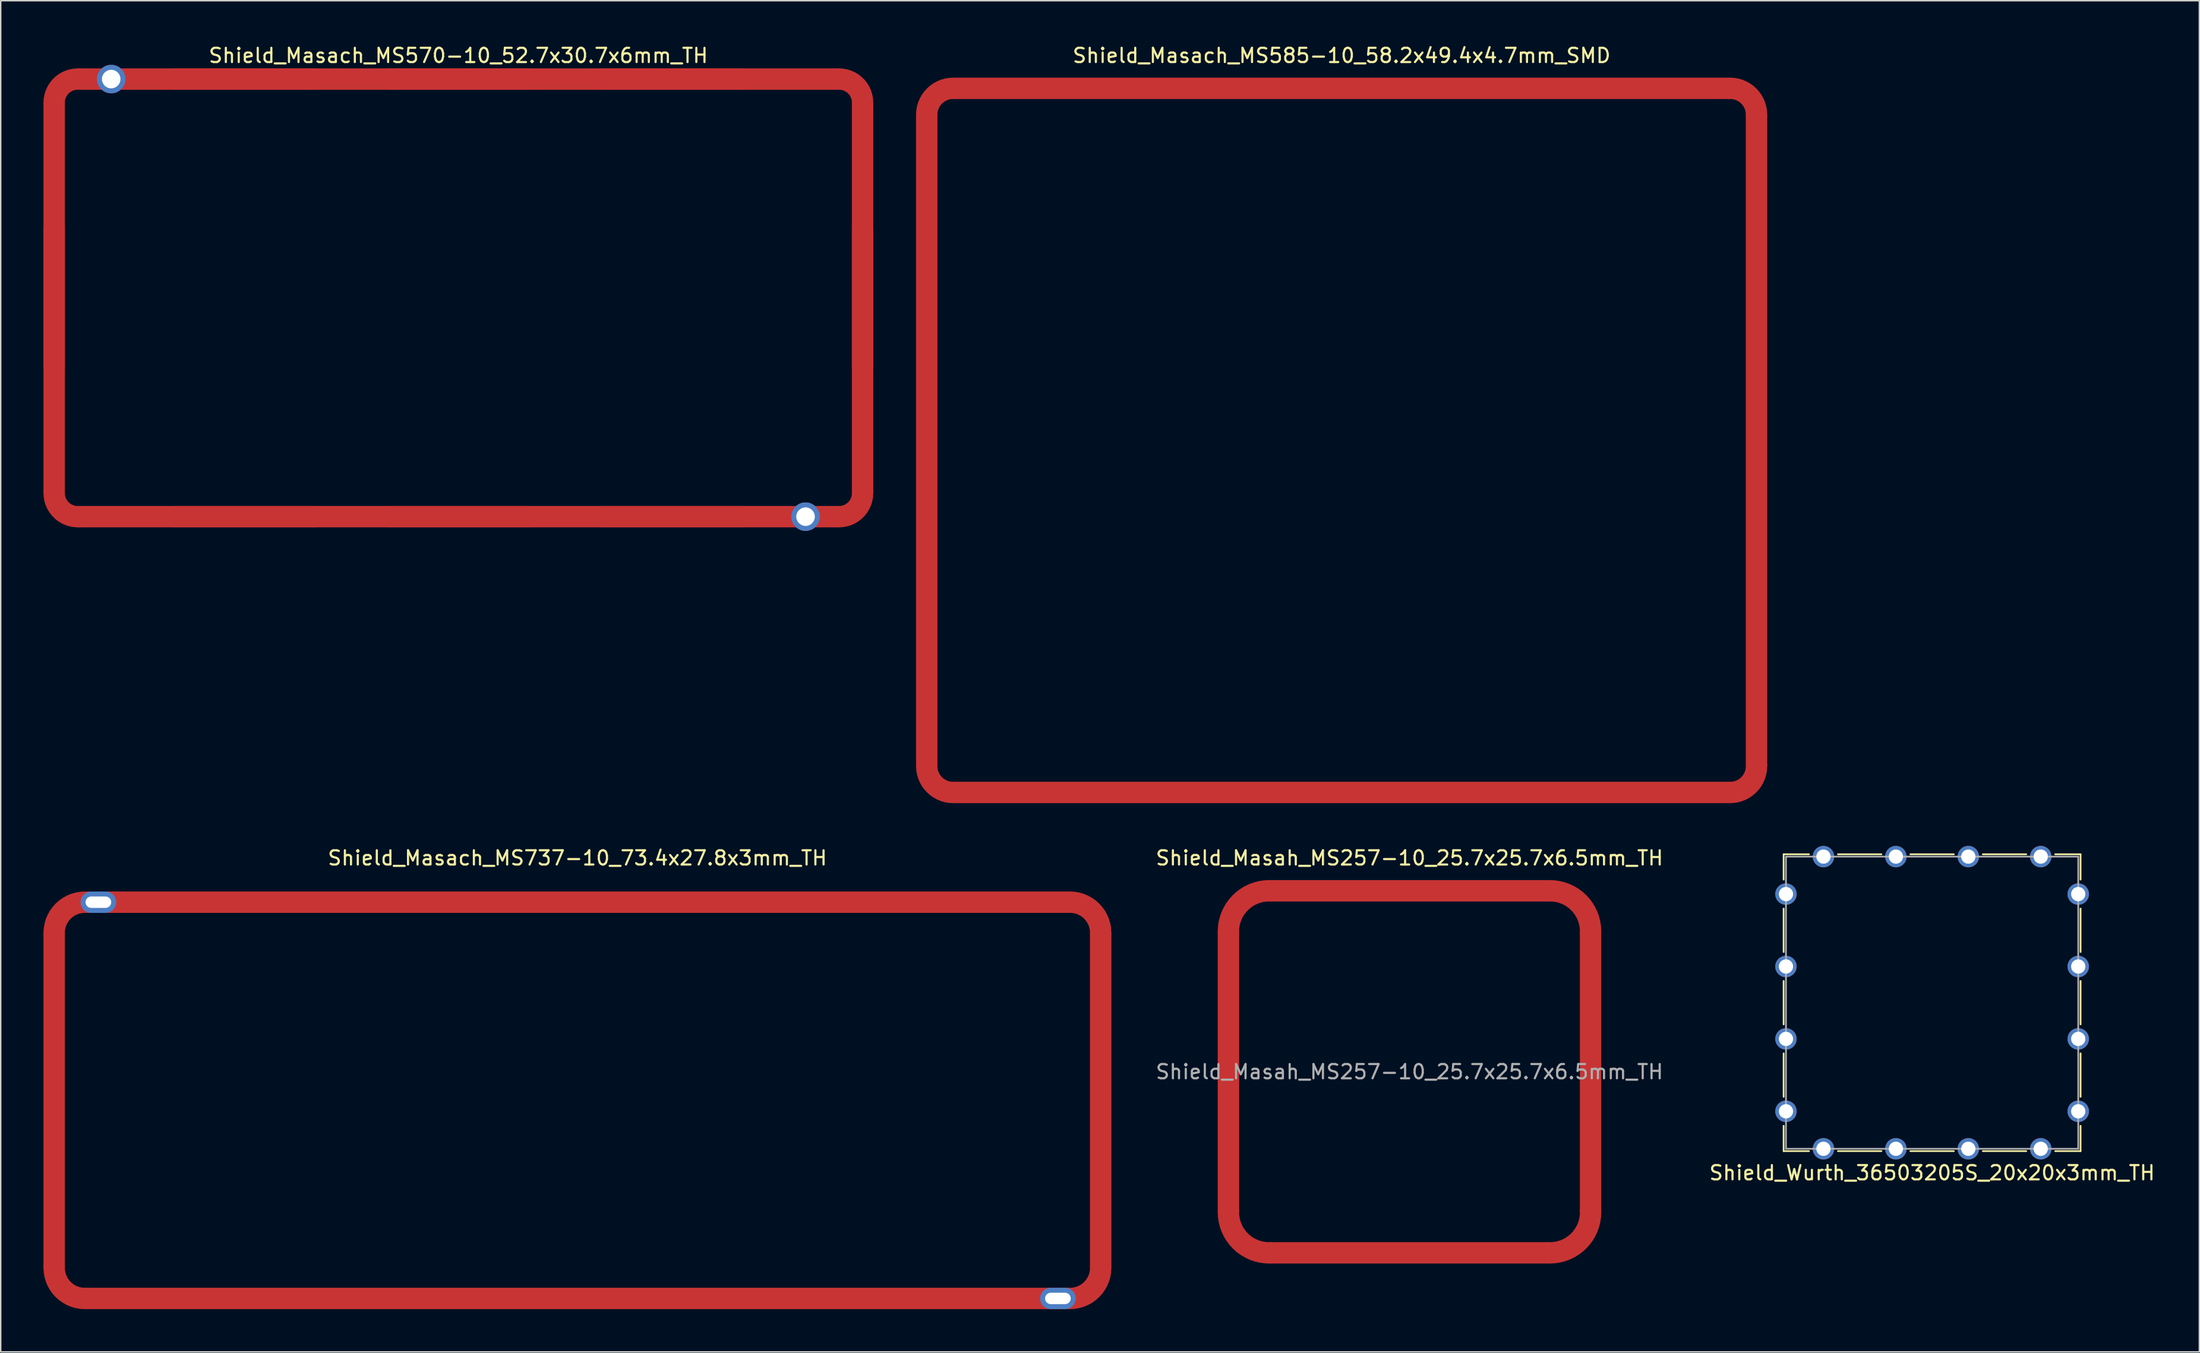
<source format=kicad_pcb>
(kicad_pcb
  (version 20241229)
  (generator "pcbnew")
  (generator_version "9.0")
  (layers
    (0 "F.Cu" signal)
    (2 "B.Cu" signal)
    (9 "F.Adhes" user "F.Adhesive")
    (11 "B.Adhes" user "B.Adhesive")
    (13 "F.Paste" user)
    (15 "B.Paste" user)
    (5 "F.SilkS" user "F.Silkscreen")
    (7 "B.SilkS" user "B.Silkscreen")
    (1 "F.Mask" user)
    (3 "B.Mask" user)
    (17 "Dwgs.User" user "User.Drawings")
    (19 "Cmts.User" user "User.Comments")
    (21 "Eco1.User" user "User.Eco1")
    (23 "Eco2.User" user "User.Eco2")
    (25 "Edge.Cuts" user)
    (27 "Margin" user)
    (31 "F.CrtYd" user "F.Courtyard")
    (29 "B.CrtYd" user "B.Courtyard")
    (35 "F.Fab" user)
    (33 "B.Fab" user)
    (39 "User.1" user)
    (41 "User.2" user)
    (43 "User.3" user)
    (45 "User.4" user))
  (footprint "Shield_Wurth_36503205S_20x20x3mm_TH"
    (layer "F.Cu")
    (at 132.465 67.298)
    (property "Reference" "Shield_Wurth_36503205S_20x20x3mm_TH" (at 0 11.938 0) (layer "F.SilkS") (effects (font (size 1 1) (thickness 0.15))))
    (attr through_hole)
    (fp_line (start -10.414 -10.414) (end -10.414 -8.636) (stroke (width 0.12) (type solid)) (layer "F.SilkS"))
    (fp_line (start -10.414 -6.604) (end -10.414 -3.556) (stroke (width 0.12) (type solid)) (layer "F.SilkS"))
    (fp_line (start -10.414 -1.524) (end -10.414 1.524) (stroke (width 0.12) (type solid)) (layer "F.SilkS"))
    (fp_line (start -10.414 3.556) (end -10.414 6.604) (stroke (width 0.12) (type solid)) (layer "F.SilkS"))
    (fp_line (start -10.414 8.636) (end -10.414 10.414) (stroke (width 0.12) (type solid)) (layer "F.SilkS"))
    (fp_line (start -10.414 10.414) (end -8.636 10.414) (stroke (width 0.12) (type solid)) (layer "F.SilkS"))
    (fp_line (start -8.636 -10.414) (end -10.414 -10.414) (stroke (width 0.12) (type solid)) (layer "F.SilkS"))
    (fp_line (start -6.604 10.414) (end -3.556 10.414) (stroke (width 0.12) (type solid)) (layer "F.SilkS"))
    (fp_line (start -3.556 -10.414) (end -6.604 -10.414) (stroke (width 0.12) (type solid)) (layer "F.SilkS"))
    (fp_line (start -1.524 10.414) (end 1.524 10.414) (stroke (width 0.12) (type solid)) (layer "F.SilkS"))
    (fp_line (start 1.524 -10.414) (end -1.524 -10.414) (stroke (width 0.12) (type solid)) (layer "F.SilkS"))
    (fp_line (start 3.556 10.414) (end 6.604 10.414) (stroke (width 0.12) (type solid)) (layer "F.SilkS"))
    (fp_line (start 6.604 -10.414) (end 3.556 -10.414) (stroke (width 0.12) (type solid)) (layer "F.SilkS"))
    (fp_line (start 8.636 10.414) (end 10.414 10.414) (stroke (width 0.12) (type solid)) (layer "F.SilkS"))
    (fp_line (start 10.414 -10.414) (end 8.636 -10.414) (stroke (width 0.12) (type solid)) (layer "F.SilkS"))
    (fp_line (start 10.414 -8.636) (end 10.414 -10.414) (stroke (width 0.12) (type solid)) (layer "F.SilkS"))
    (fp_line (start 10.414 -3.556) (end 10.414 -6.604) (stroke (width 0.12) (type solid)) (layer "F.SilkS"))
    (fp_line (start 10.414 1.524) (end 10.414 -1.524) (stroke (width 0.12) (type solid)) (layer "F.SilkS"))
    (fp_line (start 10.414 6.604) (end 10.414 3.556) (stroke (width 0.12) (type solid)) (layer "F.SilkS"))
    (fp_line (start 10.414 10.414) (end 10.414 8.636) (stroke (width 0.12) (type solid)) (layer "F.SilkS"))
    (fp_line (start -10.25 -10.25) (end 10.25 -10.25) (stroke (width 0.12) (type solid)) (layer "F.Fab"))
    (fp_line (start -10.25 10.25) (end -10.25 -10.25) (stroke (width 0.12) (type solid)) (layer "F.Fab"))
    (fp_line (start 10.25 -10.25) (end 10.25 10.25) (stroke (width 0.12) (type solid)) (layer "F.Fab"))
    (fp_line (start 10.25 10.25) (end -10.25 10.25) (stroke (width 0.12) (type solid)) (layer "F.Fab"))
    (pad "1" thru_hole circle (at -10.25 -7.62) (size 1.5 1.5) (drill 1) (layers "*.Cu" "*.Mask"))
    (pad "1" thru_hole circle (at -10.25 -2.54) (size 1.5 1.5) (drill 1) (layers "*.Cu" "*.Mask"))
    (pad "1" thru_hole circle (at -10.25 2.54) (size 1.5 1.5) (drill 1) (layers "*.Cu" "*.Mask"))
    (pad "1" thru_hole circle (at -10.25 7.62) (size 1.5 1.5) (drill 1) (layers "*.Cu" "*.Mask"))
    (pad "1" thru_hole circle (at -7.62 -10.25 90) (size 1.5 1.5) (drill 1) (layers "*.Cu" "*.Mask"))
    (pad "1" thru_hole circle (at -7.62 10.25 90) (size 1.5 1.5) (drill 1) (layers "*.Cu" "*.Mask"))
    (pad "1" thru_hole circle (at -2.54 -10.25 90) (size 1.5 1.5) (drill 1) (layers "*.Cu" "*.Mask"))
    (pad "1" thru_hole circle (at -2.54 10.25 90) (size 1.5 1.5) (drill 1) (layers "*.Cu" "*.Mask"))
    (pad "1" thru_hole circle (at 2.54 -10.25 90) (size 1.5 1.5) (drill 1) (layers "*.Cu" "*.Mask"))
    (pad "1" thru_hole circle (at 2.54 10.25 90) (size 1.5 1.5) (drill 1) (layers "*.Cu" "*.Mask"))
    (pad "1" thru_hole circle (at 7.62 -10.25 90) (size 1.5 1.5) (drill 1) (layers "*.Cu" "*.Mask"))
    (pad "1" thru_hole circle (at 7.62 10.25 90) (size 1.5 1.5) (drill 1) (layers "*.Cu" "*.Mask"))
    (pad "1" thru_hole circle (at 10.25 -7.62) (size 1.5 1.5) (drill 1) (layers "*.Cu" "*.Mask"))
    (pad "1" thru_hole circle (at 10.25 -2.54) (size 1.5 1.5) (drill 1) (layers "*.Cu" "*.Mask"))
    (pad "1" thru_hole circle (at 10.25 2.54) (size 1.5 1.5) (drill 1) (layers "*.Cu" "*.Mask"))
    (pad "1" thru_hole circle (at 10.25 7.62) (size 1.5 1.5) (drill 1) (layers "*.Cu" "*.Mask")))
  (footprint "Shield_Masach_MS585-10_58.2x49.4x4.7mm_SMD"
    (layer "F.Cu")
    (at 91.05 27.848)
    (property "Reference" "Shield_Masach_MS585-10_58.2x49.4x4.7mm_SMD" (at 0 -27 0) (layer "F.SilkS") (effects (font (size 1 1) (thickness 0.15))))
    (attr through_hole)
    (pad "" smd rect (at -29.1 -15) (size 1.5 10) (layers "F.Paste"))
    (pad "" smd rect (at -29.1 0) (size 1.5 10) (layers "F.Paste"))
    (pad "" smd rect (at -29.1 15) (size 1.5 10) (layers "F.Paste"))
    (pad "" smd rect (at -15 -24.7) (size 10 1.5) (layers "F.Paste"))
    (pad "" smd rect (at -15 24.7) (size 10 1.5) (layers "F.Paste"))
    (pad "" smd rect (at 0 -24.7) (size 10 1.5) (layers "F.Paste"))
    (pad "" smd rect (at 0 24.7) (size 10 1.5) (layers "F.Paste"))
    (pad "" smd rect (at 15 -24.7) (size 10 1.5) (layers "F.Paste"))
    (pad "" smd rect (at 15 24.7) (size 10 1.5) (layers "F.Paste"))
    (pad "" smd rect (at 29.1 -15) (size 1.5 10) (layers "F.Paste"))
    (pad "" smd rect (at 29.1 0) (size 1.5 10) (layers "F.Paste"))
    (pad "" smd rect (at 29.1 15) (size 1.5 10) (layers "F.Paste"))
    (pad "1" smd custom (at -29.1 -22.85) (size 1.2 1.2) (layers "F.Cu" "F.Mask" "F.Paste") (options (anchor circle)) (primitives (gr_arc (start 0 0) (mid 0.541852 -1.308148) (end 1.85 -1.85) (width 1.5))))
    (pad "1" smd rect (at -29.1 0) (size 1.5 45.7) (layers "F.Cu" "F.Mask"))
    (pad "1" smd custom (at -27.25 24.7 90) (size 1.5 1.5) (layers "F.Cu" "F.Mask" "F.Paste") (options (anchor circle)) (primitives (gr_arc (start 0 0) (mid 0.541852 -1.308148) (end 1.85 -1.85) (width 1.5))))
    (pad "1" smd rect (at 0 -24.7 90) (size 1.5 54.5) (layers "F.Cu" "F.Mask"))
    (pad "1" smd rect (at 0 24.7 90) (size 1.5 54.5) (layers "F.Cu" "F.Mask"))
    (pad "1" smd custom (at 27.25 -24.7 270) (size 1.5 1.5) (layers "F.Cu" "F.Mask" "F.Paste") (options (anchor circle)) (primitives (gr_arc (start 0 0) (mid 0.541852 -1.308148) (end 1.85 -1.85) (width 1.5))))
    (pad "1" smd rect (at 29.1 0) (size 1.5 45.7) (layers "F.Cu" "F.Mask"))
    (pad "1" smd custom (at 29.1 22.85 180) (size 1.5 1.5) (layers "F.Cu" "F.Mask" "F.Paste") (options (anchor circle)) (primitives (gr_arc (start 0 0) (mid 0.541852 -1.308148) (end 1.85 -1.85) (width 1.5)))))
  (footprint "Shield_Masach_MS737-10_73.4x27.8x3mm_TH"
    (layer "F.Cu")
    (at 37.45 74.147)
    (property "Reference" "Shield_Masach_MS737-10_73.4x27.8x3mm_TH" (at 0 -17 0) (layer "F.SilkS") (effects (font (size 1 1) (thickness 0.15))))
    (attr through_hole)
    (pad "1" smd custom (at -36.7 -11.75) (size 1.5 1.5) (layers "F.Cu" "F.Mask" "F.Paste") (options (anchor circle)) (primitives (gr_arc (start 0 0) (mid 0.62972 -1.52028) (end 2.15 -2.15) (width 1.5))))
    (pad "1" smd rect (at -36.7 0 180) (size 1.5 23.5) (layers "F.Cu" "F.Mask"))
    (pad "1" smd custom (at -34.55 13.9 90) (size 1.5 1.5) (layers "F.Cu" "F.Mask" "F.Paste") (options (anchor circle)) (primitives (gr_arc (start 0 0) (mid 0.62972 -1.52028) (end 2.15 -2.15) (width 1.5))))
    (pad "1" thru_hole oval (at -33.6 -13.9 270) (size 1.5 2.5) (drill oval 0.8 1.8) (layers "*.Cu" "*.Mask"))
    (pad "1" smd rect (at 0 -13.9) (size 69.1 1.5) (layers "F.Cu" "F.Mask"))
    (pad "1" smd rect (at 0 13.9 180) (size 69.1 1.5) (layers "F.Cu" "F.Mask"))
    (pad "1" thru_hole oval (at 33.7 13.9 90) (size 1.5 2.5) (drill oval 0.8 1.8) (layers "*.Cu" "*.Mask"))
    (pad "1" smd custom (at 34.55 -13.9 270) (size 1.5 1.5) (layers "F.Cu" "F.Mask" "F.Paste") (options (anchor circle)) (primitives (gr_arc (start 0 0) (mid 0.62972 -1.52028) (end 2.15 -2.15) (width 1.5))))
    (pad "1" smd rect (at 36.7 0) (size 1.5 23.5) (layers "F.Cu" "F.Mask"))
    (pad "1" smd custom (at 36.7 11.75 180) (size 1.5 1.5) (layers "F.Cu" "F.Mask" "F.Paste") (options (anchor circle)) (primitives (gr_arc (start 0 0) (mid 0.62972 -1.52028) (end 2.15 -2.15) (width 1.5)))))
  (footprint "Shield_Masach_MS570-10_52.7x30.7x6mm_TH"
    (layer "F.Cu")
    (at 29.1 17.848)
    (property "Reference" "Shield_Masach_MS570-10_52.7x30.7x6mm_TH" (at 0 -17 0) (layer "F.SilkS") (effects (font (size 1 1) (thickness 0.15))))
    (attr through_hole)
    (pad "1" smd custom (at -28.35 -13.7) (size 1.5 1.5) (layers "F.Cu" "F.Mask" "F.Paste") (options (anchor circle)) (primitives (gr_arc (start 0 0) (mid 0.483274 -1.166726) (end 1.65 -1.65) (width 1.5))))
    (pad "1" smd rect (at -28.35 0) (size 1.5 10) (layers "F.Cu" "F.Mask" "F.Paste"))
    (pad "1" smd rect (at -28.35 0) (size 1.5 27.4) (layers "F.Cu" "F.Mask"))
    (pad "1" smd custom (at -26.7 15.35 90) (size 1.5 1.5) (layers "F.Cu" "F.Mask" "F.Paste") (options (anchor circle)) (primitives (gr_arc (start 0 0) (mid 0.483274 -1.166726) (end 1.65 -1.65) (width 1.5))))
    (pad "1" thru_hole circle (at -24.35 -15.35 90) (size 2 2) (drill 1.3) (layers "*.Cu" "*.Mask"))
    (pad "1" smd rect (at -15 -15.35 270) (size 1.5 10) (layers "F.Cu" "F.Mask" "F.Paste"))
    (pad "1" smd rect (at -15 15.35 270) (size 1.5 10) (layers "F.Cu" "F.Mask" "F.Paste"))
    (pad "1" smd rect (at 0 -15.35 270) (size 1.5 10) (layers "F.Cu" "F.Mask" "F.Paste"))
    (pad "1" smd rect (at 0 -15.35) (size 53.4 1.5) (layers "F.Cu" "F.Mask"))
    (pad "1" smd rect (at 0 15.35 270) (size 1.5 10) (layers "F.Cu" "F.Mask" "F.Paste"))
    (pad "1" smd rect (at 0 15.35 180) (size 53.4 1.5) (layers "F.Cu" "F.Mask"))
    (pad "1" smd rect (at 15 -15.35 270) (size 1.5 10) (layers "F.Cu" "F.Mask" "F.Paste"))
    (pad "1" smd rect (at 15 15.35 270) (size 1.5 10) (layers "F.Cu" "F.Mask" "F.Paste"))
    (pad "1" thru_hole circle (at 24.35 15.35 90) (size 2 2) (drill 1.3) (layers "*.Cu" "*.Mask"))
    (pad "1" smd custom (at 26.7 -15.35 270) (size 1.5 1.5) (layers "F.Cu" "F.Mask" "F.Paste") (options (anchor circle)) (primitives (gr_arc (start 0 0) (mid 0.483274 -1.166726) (end 1.65 -1.65) (width 1.5))))
    (pad "1" smd rect (at 28.35 0) (size 1.5 10) (layers "F.Cu" "F.Mask" "F.Paste"))
    (pad "1" smd rect (at 28.35 0 180) (size 1.5 27.4) (layers "F.Cu" "F.Mask"))
    (pad "1" smd custom (at 28.35 13.7 180) (size 1.5 1.5) (layers "F.Cu" "F.Mask" "F.Paste") (options (anchor circle)) (primitives (gr_arc (start 0 0) (mid 0.483274 -1.166726) (end 1.65 -1.65) (width 1.5)))))
  (footprint "Shield_Masah_MS257-10_25.7x25.7x6.5mm_TH"
    (layer "F.Cu")
    (at 95.811 72.147)
    (property "Reference" "Shield_Masah_MS257-10_25.7x25.7x6.5mm_TH" (at 0 -15 0) (unlocked yes) (layer "F.SilkS") (effects (font (size 1 1) (thickness 0.15))))
    (attr smd)
    (fp_text user "${REFERENCE}" (at 0 0 0) (unlocked yes) (layer "F.Fab") (effects (font (size 1 1) (thickness 0.15))))
    (pad "1" smd custom (at -12.7 -9.85) (size 1.5 1.5) (layers "F.Cu" "F.Mask" "F.Paste") (options (anchor circle)) (primitives (gr_arc (start 0 0) (mid 0.834746 -2.015254) (end 2.85 -2.85) (width 1.5))))
    (pad "1" smd rect (at -12.7 0 90) (size 19.7 1.5) (layers "F.Cu" "F.Mask" "F.Paste"))
    (pad "1" smd custom (at -9.85 12.7 90) (size 1.5 1.5) (layers "F.Cu" "F.Mask" "F.Paste") (options (anchor circle)) (primitives (gr_arc (start 0 0) (mid 0.834746 -2.015254) (end 2.85 -2.85) (width 1.5))))
    (pad "1" smd rect (at 0 -12.7 180) (size 19.7 1.5) (layers "F.Cu" "F.Mask" "F.Paste"))
    (pad "1" smd rect (at 0 12.7) (size 19.7 1.5) (layers "F.Cu" "F.Mask" "F.Paste"))
    (pad "1" smd custom (at 9.85 -12.7 270) (size 1.5 1.5) (layers "F.Cu" "F.Mask" "F.Paste") (options (anchor circle)) (primitives (gr_arc (start 0 0) (mid 0.834746 -2.015254) (end 2.85 -2.85) (width 1.5))))
    (pad "1" smd rect (at 12.7 0 270) (size 19.7 1.5) (layers "F.Cu" "F.Mask" "F.Paste"))
    (pad "1" smd custom (at 12.7 9.85 180) (size 1.5 1.5) (layers "F.Cu" "F.Mask" "F.Paste") (options (anchor circle)) (primitives (gr_arc (start 0 0) (mid 0.834746 -2.015254) (end 2.85 -2.85) (width 1.5)))))
  (gr_rect
    (start -3 -3)
    (end 151.21 91.797)
    (stroke (width 0.1) (type default))
    (fill no)
    (layer "Edge.Cuts")))
</source>
